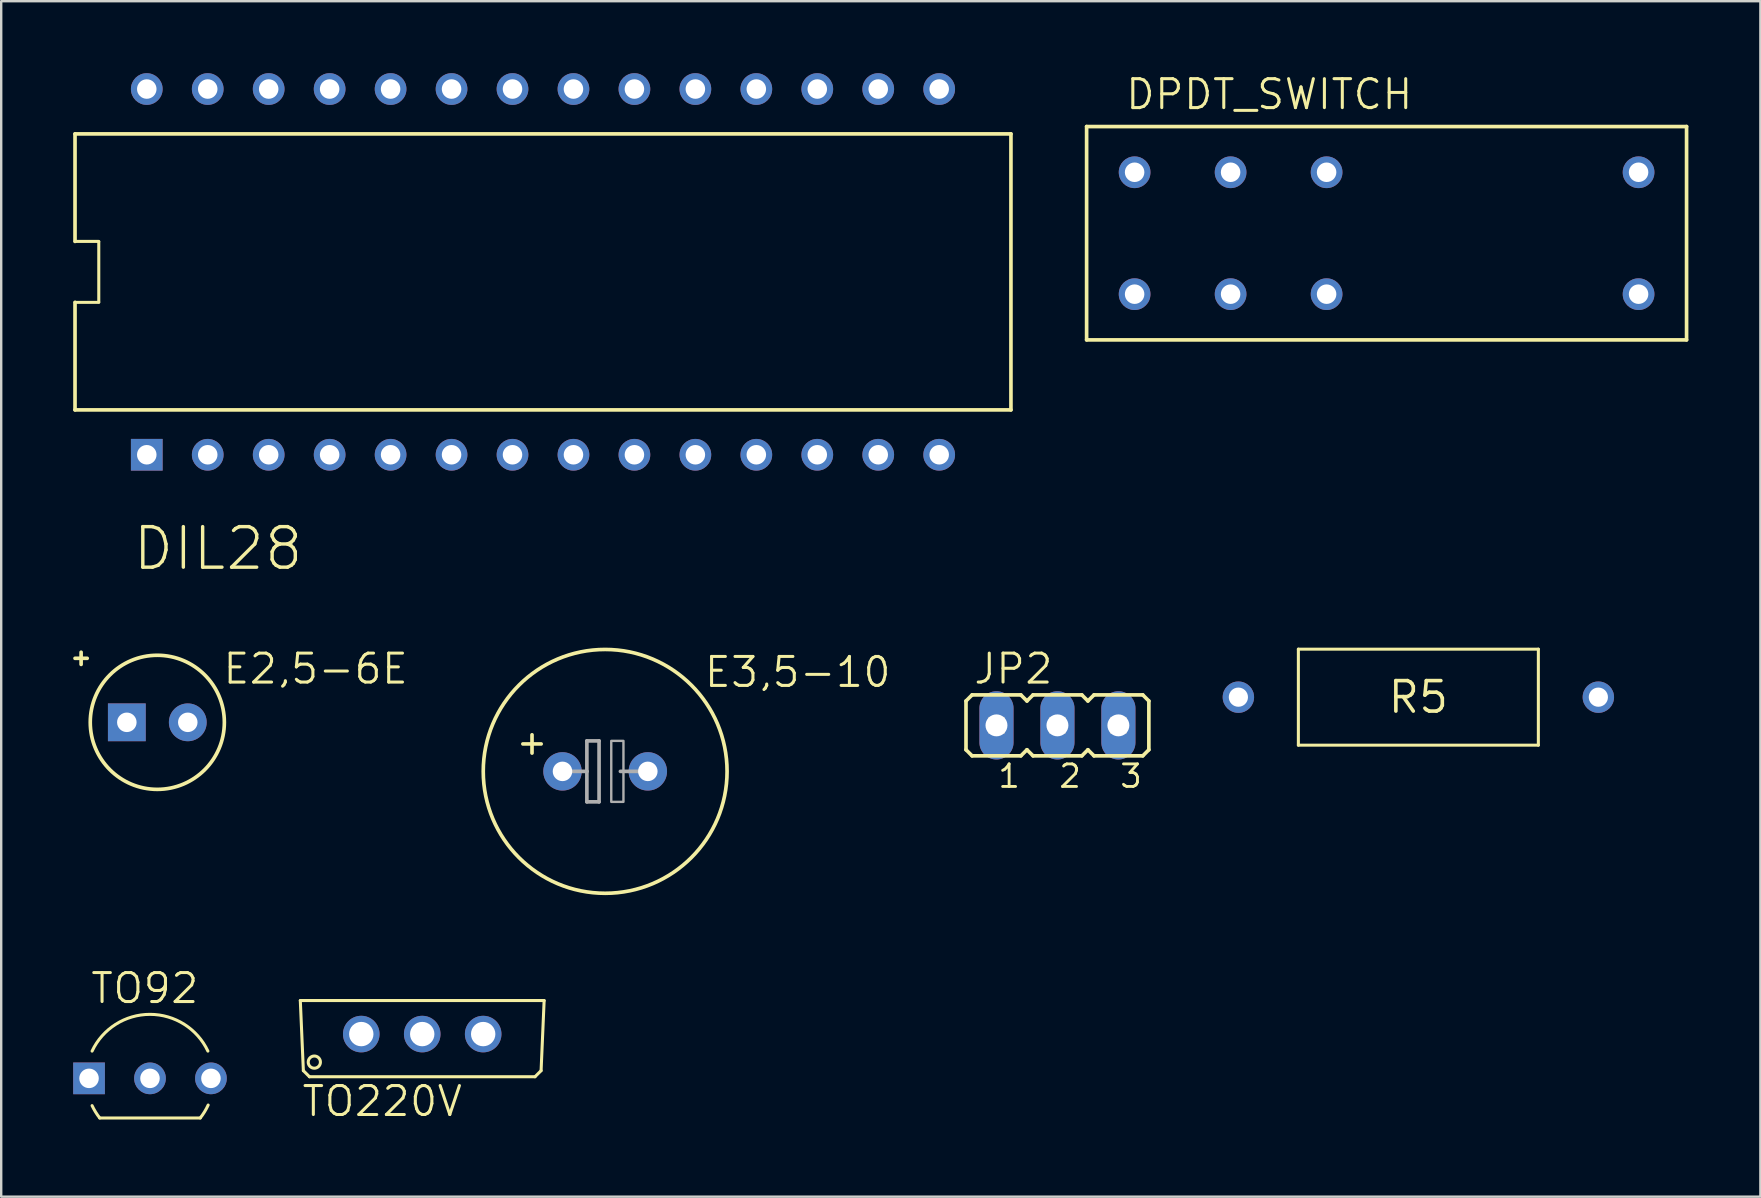
<source format=kicad_pcb>
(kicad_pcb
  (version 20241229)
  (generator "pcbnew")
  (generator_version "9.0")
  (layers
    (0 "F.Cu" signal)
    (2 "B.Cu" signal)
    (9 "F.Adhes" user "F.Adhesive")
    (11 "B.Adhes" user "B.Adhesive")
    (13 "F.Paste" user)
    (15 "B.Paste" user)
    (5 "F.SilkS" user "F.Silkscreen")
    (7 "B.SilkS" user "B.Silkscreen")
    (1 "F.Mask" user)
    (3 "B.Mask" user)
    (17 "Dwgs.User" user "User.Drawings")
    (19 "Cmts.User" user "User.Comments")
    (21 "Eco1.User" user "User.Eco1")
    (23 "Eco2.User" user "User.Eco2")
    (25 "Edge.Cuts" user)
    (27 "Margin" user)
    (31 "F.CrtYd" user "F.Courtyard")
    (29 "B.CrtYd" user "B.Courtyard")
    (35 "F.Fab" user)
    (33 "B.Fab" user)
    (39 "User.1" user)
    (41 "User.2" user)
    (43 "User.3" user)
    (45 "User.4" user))
  (footprint "DPDT_SWITCH"
    (layer "F.Cu")
    (at 48.229 6.668)
    (property "Reference" "DPDT_SWITCH" (at -4.445 -5.08 0) (layer "F.SilkS") (effects (font (size 1.206 1.206) (thickness 0.127)) (justify left bottom)))
    (attr through_hole)
    (fp_line (start -6 -4.445) (end -6 4.445) (stroke (width 0.152) (type solid)) (layer "F.SilkS"))
    (fp_line (start -6 -4.445) (end 19 -4.445) (stroke (width 0.152) (type solid)) (layer "F.SilkS"))
    (fp_line (start 19 4.445) (end -6 4.445) (stroke (width 0.152) (type solid)) (layer "F.SilkS"))
    (fp_line (start 19 4.445) (end 19 -4.445) (stroke (width 0.152) (type solid)) (layer "F.SilkS"))
    (pad "1" thru_hole circle (at -4 -2.54 90) (size 1.321 1.321) (drill 0.813) (layers "*.Cu" "*.Mask"))
    (pad "2" thru_hole circle (at 0 -2.54 90) (size 1.321 1.321) (drill 0.813) (layers "*.Cu" "*.Mask"))
    (pad "3" thru_hole circle (at 4 -2.54 90) (size 1.321 1.321) (drill 0.813) (layers "*.Cu" "*.Mask"))
    (pad "4" thru_hole circle (at -4 2.54 90) (size 1.321 1.321) (drill 0.813) (layers "*.Cu" "*.Mask"))
    (pad "5" thru_hole circle (at 0 2.54 90) (size 1.321 1.321) (drill 0.813) (layers "*.Cu" "*.Mask"))
    (pad "6" thru_hole circle (at 4 2.54 90) (size 1.321 1.321) (drill 0.813) (layers "*.Cu" "*.Mask"))
    (pad "7" thru_hole circle (at 17 -2.54 90) (size 1.321 1.321) (drill 0.813) (layers "*.Cu" "*.Mask"))
    (pad "8" thru_hole circle (at 17 2.54 90) (size 1.321 1.321) (drill 0.813) (layers "*.Cu" "*.Mask")))
  (footprint "JP2"
    (layer "F.Cu")
    (at 41.013 27.176)
    (property "Reference" "JP2" (at -3.556 -1.651 0) (layer "F.SilkS") (effects (font (size 1.206 1.206) (thickness 0.127)) (justify left bottom)))
    (attr through_hole)
    (fp_line (start -3.81 -1.016) (end -3.556 -1.27) (stroke (width 0.152) (type solid)) (layer "F.SilkS"))
    (fp_line (start -3.81 1.016) (end -3.81 -1.016) (stroke (width 0.152) (type solid)) (layer "F.SilkS"))
    (fp_line (start -3.81 1.016) (end -3.556 1.27) (stroke (width 0.152) (type solid)) (layer "F.SilkS"))
    (fp_line (start -1.524 -1.27) (end -3.556 -1.27) (stroke (width 0.152) (type solid)) (layer "F.SilkS"))
    (fp_line (start -1.524 -1.27) (end -1.27 -1.016) (stroke (width 0.152) (type solid)) (layer "F.SilkS"))
    (fp_line (start -1.524 1.27) (end -3.556 1.27) (stroke (width 0.152) (type solid)) (layer "F.SilkS"))
    (fp_line (start -1.524 1.27) (end -1.27 1.016) (stroke (width 0.152) (type solid)) (layer "F.SilkS"))
    (fp_line (start -1.27 -1.016) (end -1.016 -1.27) (stroke (width 0.152) (type solid)) (layer "F.SilkS"))
    (fp_line (start -1.27 1.016) (end -1.016 1.27) (stroke (width 0.152) (type solid)) (layer "F.SilkS"))
    (fp_line (start 1.016 -1.27) (end -1.016 -1.27) (stroke (width 0.152) (type solid)) (layer "F.SilkS"))
    (fp_line (start 1.016 -1.27) (end 1.27 -1.016) (stroke (width 0.152) (type solid)) (layer "F.SilkS"))
    (fp_line (start 1.016 1.27) (end -1.016 1.27) (stroke (width 0.152) (type solid)) (layer "F.SilkS"))
    (fp_line (start 1.016 1.27) (end 1.27 1.016) (stroke (width 0.152) (type solid)) (layer "F.SilkS"))
    (fp_line (start 1.27 -1.016) (end 1.524 -1.27) (stroke (width 0.152) (type solid)) (layer "F.SilkS"))
    (fp_line (start 1.27 1.016) (end 1.524 1.27) (stroke (width 0.152) (type solid)) (layer "F.SilkS"))
    (fp_line (start 3.556 -1.27) (end 1.524 -1.27) (stroke (width 0.152) (type solid)) (layer "F.SilkS"))
    (fp_line (start 3.556 -1.27) (end 3.81 -1.016) (stroke (width 0.152) (type solid)) (layer "F.SilkS"))
    (fp_line (start 3.556 1.27) (end 1.524 1.27) (stroke (width 0.152) (type solid)) (layer "F.SilkS"))
    (fp_line (start 3.556 1.27) (end 3.81 1.016) (stroke (width 0.152) (type solid)) (layer "F.SilkS"))
    (fp_line (start 3.81 -1.016) (end 3.81 1.016) (stroke (width 0.152) (type solid)) (layer "F.SilkS"))
    (fp_poly (pts (xy -2.845 0.305) (xy -2.235 0.305) (xy -2.235 -0.305) (xy -2.845 -0.305)) (stroke (width 0.1) (type solid)) (fill no) (layer "F.Fab"))
    (fp_poly (pts (xy -0.305 0.305) (xy 0.305 0.305) (xy 0.305 -0.305) (xy -0.305 -0.305)) (stroke (width 0.1) (type solid)) (fill no) (layer "F.Fab"))
    (fp_poly (pts (xy 2.235 0.305) (xy 2.845 0.305) (xy 2.845 -0.305) (xy 2.235 -0.305)) (stroke (width 0.1) (type solid)) (fill no) (layer "F.Fab"))
    (fp_text user "3" (at 2.54 2.667 0) (layer "F.SilkS") (effects (font (size 0.941 0.941) (thickness 0.119)) (justify left bottom)))
    (fp_text user "1" (at -2.54 2.667 0) (layer "F.SilkS") (effects (font (size 0.941 0.941) (thickness 0.119)) (justify left bottom)))
    (fp_text user "2" (at 0 2.667 0) (layer "F.SilkS") (effects (font (size 0.941 0.941) (thickness 0.119)) (justify left bottom)))
    (pad "1" thru_hole oval (at -2.54 0 90) (size 2.845 1.422) (drill 0.914) (layers "*.Cu" "*.Mask"))
    (pad "2" thru_hole oval (at 0 0 90) (size 2.845 1.422) (drill 0.914) (layers "*.Cu" "*.Mask"))
    (pad "3" thru_hole oval (at 2.54 0 90) (size 2.845 1.422) (drill 0.914) (layers "*.Cu" "*.Mask")))
  (footprint "TO220V"
    (layer "F.Cu")
    (at 14.544 37.5)
    (property "Reference" "TO220V" (at -5.08 6.045 0) (layer "F.SilkS") (effects (font (size 1.206 1.206) (thickness 0.127)) (justify left bottom)))
    (attr through_hole)
    (fp_line (start -5.08 1.143) (end 5.08 1.143) (stroke (width 0.127) (type solid)) (layer "F.SilkS"))
    (fp_line (start -4.953 4.064) (end -5.08 1.143) (stroke (width 0.127) (type solid)) (layer "F.SilkS"))
    (fp_line (start -4.953 4.064) (end -4.699 4.318) (stroke (width 0.127) (type solid)) (layer "F.SilkS"))
    (fp_line (start 4.699 4.318) (end -4.699 4.318) (stroke (width 0.127) (type solid)) (layer "F.SilkS"))
    (fp_line (start 4.699 4.318) (end 4.953 4.064) (stroke (width 0.127) (type solid)) (layer "F.SilkS"))
    (fp_line (start 5.08 1.143) (end 4.953 4.064) (stroke (width 0.127) (type solid)) (layer "F.SilkS"))
    (fp_circle (center -4.496 3.708) (end -4.242 3.708) (stroke (width 0.127) (type solid)) (fill no) (layer "F.SilkS"))
    (pad "1" thru_hole circle (at -2.54 2.54 90) (size 1.524 1.524) (drill 1.016) (layers "*.Cu" "*.Mask"))
    (pad "2" thru_hole circle (at 0 2.54 90) (size 1.524 1.524) (drill 1.016) (layers "*.Cu" "*.Mask"))
    (pad "3" thru_hole circle (at 2.54 2.54 90) (size 1.524 1.524) (drill 1.016) (layers "*.Cu" "*.Mask")))
  (footprint "R5"
    (layer "F.Cu")
    (at 56.053 26.001)
    (property "Reference" "R5" (at 0 0 0) (layer "F.SilkS") (effects (font (size 1.27 1.27) (thickness 0.15))))
    (attr through_hole)
    (fp_line (start -5 -2) (end 5 -2) (stroke (width 0.127) (type solid)) (layer "F.SilkS"))
    (fp_line (start -5 2) (end -5 -2) (stroke (width 0.127) (type solid)) (layer "F.SilkS"))
    (fp_line (start 5 -2) (end 5 2) (stroke (width 0.127) (type solid)) (layer "F.SilkS"))
    (fp_line (start 5 2) (end -5 2) (stroke (width 0.127) (type solid)) (layer "F.SilkS"))
    (pad "1" thru_hole circle (at -7.5 0) (size 1.308 1.308) (drill 0.8) (layers "*.Cu" "*.Mask"))
    (pad "2" thru_hole circle (at 7.5 0) (size 1.308 1.308) (drill 0.8) (layers "*.Cu" "*.Mask")))
  (footprint "E2,5-6E"
    (layer "F.Cu")
    (at 3.505 27.049)
    (property "Reference" "E2,5-6E" (at 2.667 -1.524 0) (layer "F.SilkS") (effects (font (size 1.206 1.206) (thickness 0.127)) (justify left bottom)))
    (attr through_hole)
    (fp_line (start -3.175 -2.921) (end -3.175 -2.413) (stroke (width 0.152) (type solid)) (layer "F.SilkS"))
    (fp_line (start -2.921 -2.667) (end -3.429 -2.667) (stroke (width 0.152) (type solid)) (layer "F.SilkS"))
    (fp_circle (center 0 0) (end 2.794 0) (stroke (width 0.152) (type solid)) (fill no) (layer "F.SilkS"))
    (pad "+" thru_hole rect (at -1.27 0) (size 1.575 1.575) (drill 0.813) (layers "*.Cu" "*.Mask"))
    (pad "-" thru_hole circle (at 1.27 0) (size 1.575 1.575) (drill 0.813) (layers "*.Cu" "*.Mask")))
  (footprint "TO92"
    (layer "F.Cu")
    (at 3.2 41.885)
    (property "Reference" "TO92" (at -2.54 -3.048 0) (layer "F.SilkS") (effects (font (size 1.206 1.206) (thickness 0.127)) (justify left bottom)))
    (attr through_hole)
    (fp_line (start -2.095 1.651) (end 2.095 1.651) (stroke (width 0.127) (type solid)) (layer "F.SilkS"))
    (fp_arc (start -2.413 -1.1359) (mid -0.000001 -2.666986) (end 2.412999 -1.135901) (stroke (width 0.127) (type solid)) (layer "F.SilkS"))
    (fp_arc (start -2.0945 1.651) (mid -2.268418 1.40252) (end -2.413 1.1359) (stroke (width 0.127) (type solid)) (layer "F.SilkS"))
    (fp_arc (start 2.4242 1.1118) (mid 2.275378 1.391201) (end 2.0945 1.651) (stroke (width 0.127) (type solid)) (layer "F.SilkS"))
    (pad "1" thru_hole rect (at -2.54 0 90) (size 1.321 1.321) (drill 0.813) (layers "*.Cu" "*.Mask"))
    (pad "2" thru_hole circle (at 0 0 90) (size 1.321 1.321) (drill 0.813) (layers "*.Cu" "*.Mask"))
    (pad "3" thru_hole circle (at 2.54 0 90) (size 1.321 1.321) (drill 0.813) (layers "*.Cu" "*.Mask")))
  (footprint "DIL28"
    (layer "F.Cu")
    (at 19.576 8.28)
    (property "Reference" "DIL28" (at -9.906 10.541 0) (layer "F.SilkS") (effects (font (size 1.689 1.689) (thickness 0.142)) (justify right top)))
    (attr through_hole)
    (fp_line (start -19.5 -5.75) (end -19.5 -1.27) (stroke (width 0.152) (type solid)) (layer "F.SilkS"))
    (fp_line (start -19.5 -1.27) (end -18.51 -1.27) (stroke (width 0.127) (type solid)) (layer "F.SilkS"))
    (fp_line (start -19.5 1.27) (end -18.51 1.27) (stroke (width 0.127) (type solid)) (layer "F.SilkS"))
    (fp_line (start -19.5 5.75) (end -19.5 1.27) (stroke (width 0.152) (type solid)) (layer "F.SilkS"))
    (fp_line (start -19.5 5.75) (end 19.5 5.75) (stroke (width 0.152) (type solid)) (layer "F.SilkS"))
    (fp_line (start -18.51 1.25) (end -18.51 -1.25) (stroke (width 0.127) (type solid)) (layer "F.SilkS"))
    (fp_line (start 19.5 -5.75) (end -19.5 -5.75) (stroke (width 0.152) (type solid)) (layer "F.SilkS"))
    (fp_line (start 19.5 -5.75) (end 19.5 5.75) (stroke (width 0.152) (type solid)) (layer "F.SilkS"))
    (pad "1" thru_hole rect (at -16.51 7.62 90) (size 1.321 1.321) (drill 0.813) (layers "*.Cu" "*.Mask"))
    (pad "2" thru_hole circle (at -13.97 7.62 90) (size 1.321 1.321) (drill 0.813) (layers "*.Cu" "*.Mask"))
    (pad "3" thru_hole circle (at -11.43 7.62 90) (size 1.321 1.321) (drill 0.813) (layers "*.Cu" "*.Mask"))
    (pad "4" thru_hole circle (at -8.89 7.62 90) (size 1.321 1.321) (drill 0.813) (layers "*.Cu" "*.Mask"))
    (pad "5" thru_hole circle (at -6.35 7.62 90) (size 1.321 1.321) (drill 0.813) (layers "*.Cu" "*.Mask"))
    (pad "6" thru_hole circle (at -3.81 7.62 90) (size 1.321 1.321) (drill 0.813) (layers "*.Cu" "*.Mask"))
    (pad "7" thru_hole circle (at -1.27 7.62 90) (size 1.321 1.321) (drill 0.813) (layers "*.Cu" "*.Mask"))
    (pad "8" thru_hole circle (at 1.27 7.62 90) (size 1.321 1.321) (drill 0.813) (layers "*.Cu" "*.Mask"))
    (pad "9" thru_hole circle (at 3.81 7.62 90) (size 1.321 1.321) (drill 0.813) (layers "*.Cu" "*.Mask"))
    (pad "10" thru_hole circle (at 6.35 7.62 90) (size 1.321 1.321) (drill 0.813) (layers "*.Cu" "*.Mask"))
    (pad "11" thru_hole circle (at 8.89 7.62 90) (size 1.321 1.321) (drill 0.813) (layers "*.Cu" "*.Mask"))
    (pad "12" thru_hole circle (at 11.43 7.62 90) (size 1.321 1.321) (drill 0.813) (layers "*.Cu" "*.Mask"))
    (pad "13" thru_hole circle (at 13.97 7.62 90) (size 1.321 1.321) (drill 0.813) (layers "*.Cu" "*.Mask"))
    (pad "14" thru_hole circle (at 16.51 7.62 90) (size 1.321 1.321) (drill 0.813) (layers "*.Cu" "*.Mask"))
    (pad "15" thru_hole circle (at 16.51 -7.62 90) (size 1.321 1.321) (drill 0.813) (layers "*.Cu" "*.Mask"))
    (pad "16" thru_hole circle (at 13.97 -7.62 90) (size 1.321 1.321) (drill 0.813) (layers "*.Cu" "*.Mask"))
    (pad "17" thru_hole circle (at 11.43 -7.62 90) (size 1.321 1.321) (drill 0.813) (layers "*.Cu" "*.Mask"))
    (pad "18" thru_hole circle (at 8.89 -7.62 90) (size 1.321 1.321) (drill 0.813) (layers "*.Cu" "*.Mask"))
    (pad "19" thru_hole circle (at 6.35 -7.62 90) (size 1.321 1.321) (drill 0.813) (layers "*.Cu" "*.Mask"))
    (pad "20" thru_hole circle (at 3.81 -7.62 90) (size 1.321 1.321) (drill 0.813) (layers "*.Cu" "*.Mask"))
    (pad "21" thru_hole circle (at 1.27 -7.62 90) (size 1.321 1.321) (drill 0.813) (layers "*.Cu" "*.Mask"))
    (pad "22" thru_hole circle (at -1.27 -7.62 90) (size 1.321 1.321) (drill 0.813) (layers "*.Cu" "*.Mask"))
    (pad "23" thru_hole circle (at -3.81 -7.62 90) (size 1.321 1.321) (drill 0.813) (layers "*.Cu" "*.Mask"))
    (pad "24" thru_hole circle (at -6.35 -7.62 90) (size 1.321 1.321) (drill 0.813) (layers "*.Cu" "*.Mask"))
    (pad "25" thru_hole circle (at -8.89 -7.62 90) (size 1.321 1.321) (drill 0.813) (layers "*.Cu" "*.Mask"))
    (pad "26" thru_hole circle (at -11.43 -7.62 90) (size 1.321 1.321) (drill 0.813) (layers "*.Cu" "*.Mask"))
    (pad "27" thru_hole circle (at -13.97 -7.62 90) (size 1.321 1.321) (drill 0.813) (layers "*.Cu" "*.Mask"))
    (pad "28" thru_hole circle (at -16.51 -7.62 90) (size 1.321 1.321) (drill 0.813) (layers "*.Cu" "*.Mask")))
  (footprint "E3,5-10"
    (layer "F.Cu")
    (at 22.167 29.093)
    (property "Reference" "E3,5-10" (at 4.064 -3.429 0) (layer "F.SilkS") (effects (font (size 1.206 1.206) (thickness 0.127)) (justify left bottom)))
    (attr through_hole)
    (fp_line (start -3.429 -1.143) (end -2.667 -1.143) (stroke (width 0.152) (type solid)) (layer "F.SilkS"))
    (fp_line (start -3.048 -0.762) (end -3.048 -1.524) (stroke (width 0.152) (type solid)) (layer "F.SilkS"))
    (fp_circle (center 0 0) (end 5.08 0) (stroke (width 0.152) (type solid)) (fill no) (layer "F.SilkS"))
    (fp_line (start -1.651 0) (end -0.762 0) (stroke (width 0.152) (type solid)) (layer "F.Fab"))
    (fp_line (start -0.762 -1.27) (end -0.762 0) (stroke (width 0.152) (type solid)) (layer "F.Fab"))
    (fp_line (start -0.762 0) (end -0.762 1.27) (stroke (width 0.152) (type solid)) (layer "F.Fab"))
    (fp_line (start -0.762 1.27) (end -0.254 1.27) (stroke (width 0.152) (type solid)) (layer "F.Fab"))
    (fp_line (start -0.254 -1.27) (end -0.762 -1.27) (stroke (width 0.152) (type solid)) (layer "F.Fab"))
    (fp_line (start -0.254 1.27) (end -0.254 -1.27) (stroke (width 0.152) (type solid)) (layer "F.Fab"))
    (fp_line (start 0.635 0) (end 1.651 0) (stroke (width 0.152) (type solid)) (layer "F.Fab"))
    (fp_poly (pts (xy 0.254 1.27) (xy 0.762 1.27) (xy 0.762 -1.27) (xy 0.254 -1.27)) (stroke (width 0.1) (type solid)) (fill no) (layer "F.Fab"))
    (pad "+" thru_hole circle (at -1.778 0) (size 1.6 1.6) (drill 0.813) (layers "*.Cu" "*.Mask"))
    (pad "-" thru_hole circle (at 1.778 0) (size 1.6 1.6) (drill 0.813) (layers "*.Cu" "*.Mask")))
  (gr_rect
    (start -3 -3)
    (end 70.305 46.815)
    (stroke (width 0.1) (type default))
    (fill no)
    (layer "Edge.Cuts")))
</source>
